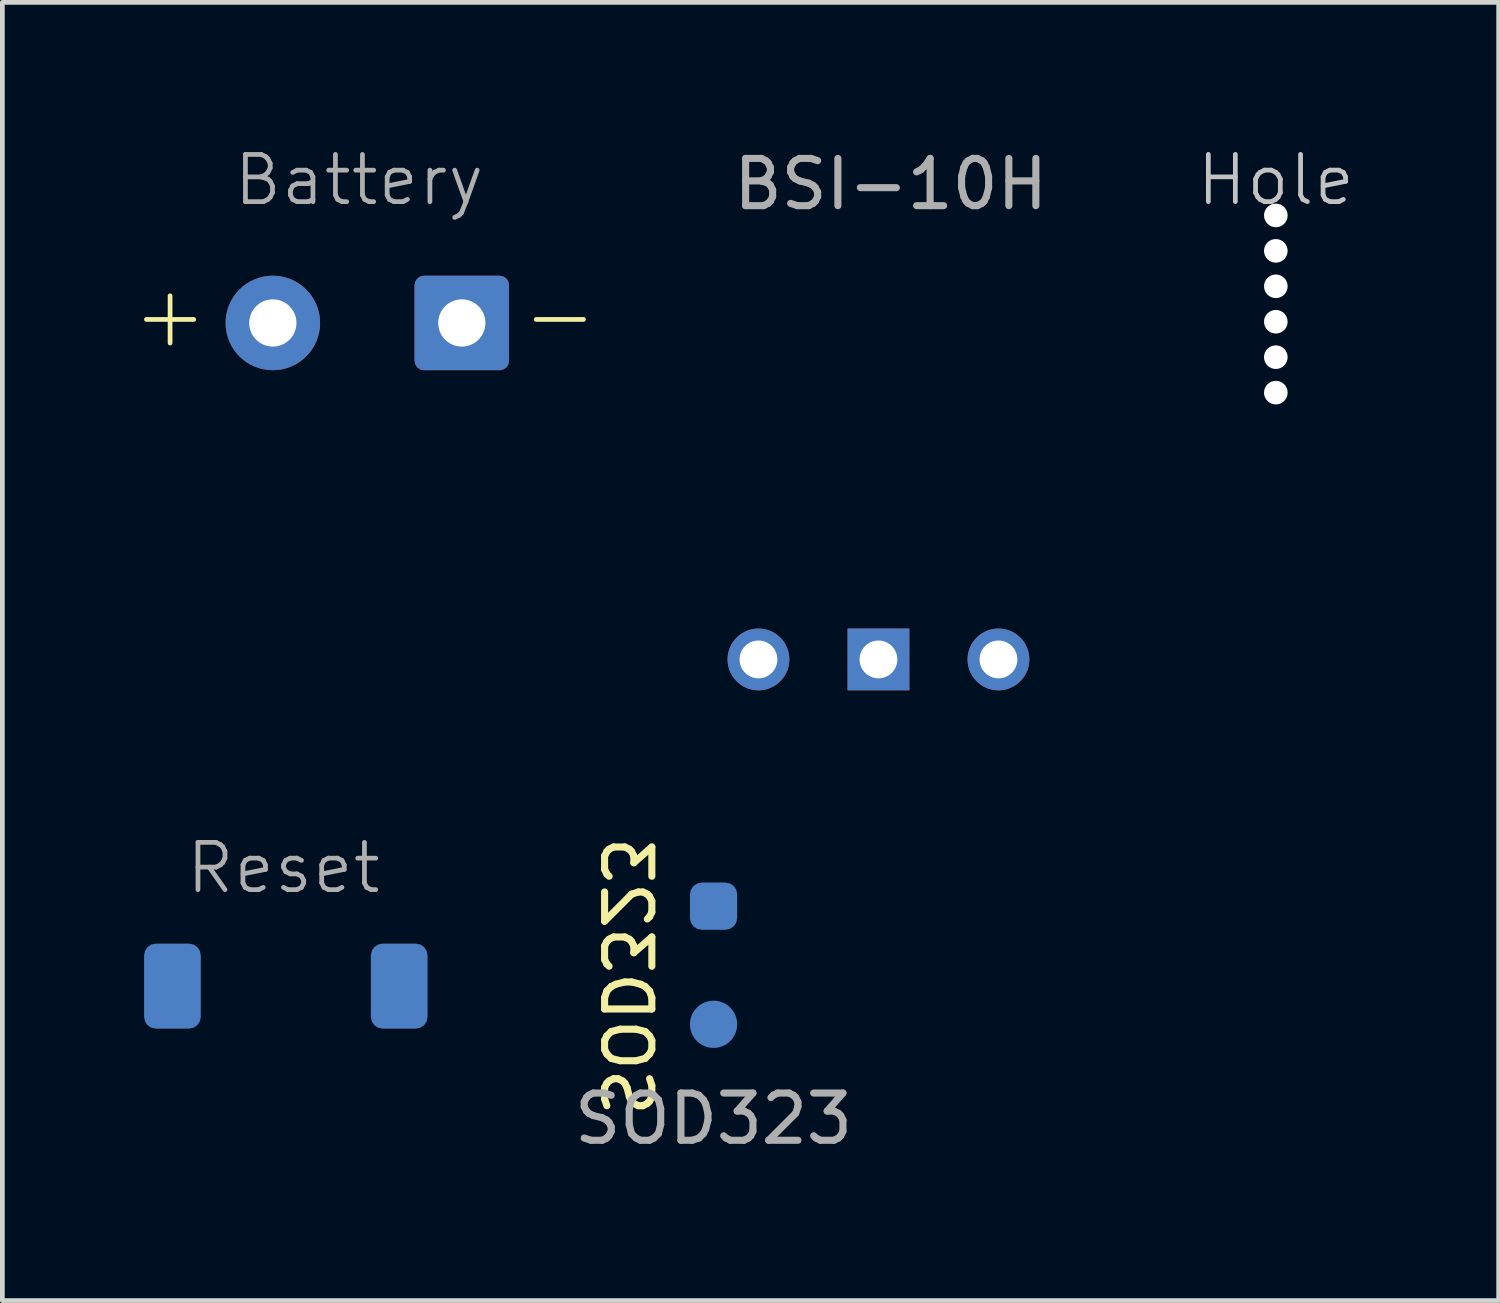
<source format=kicad_pcb>
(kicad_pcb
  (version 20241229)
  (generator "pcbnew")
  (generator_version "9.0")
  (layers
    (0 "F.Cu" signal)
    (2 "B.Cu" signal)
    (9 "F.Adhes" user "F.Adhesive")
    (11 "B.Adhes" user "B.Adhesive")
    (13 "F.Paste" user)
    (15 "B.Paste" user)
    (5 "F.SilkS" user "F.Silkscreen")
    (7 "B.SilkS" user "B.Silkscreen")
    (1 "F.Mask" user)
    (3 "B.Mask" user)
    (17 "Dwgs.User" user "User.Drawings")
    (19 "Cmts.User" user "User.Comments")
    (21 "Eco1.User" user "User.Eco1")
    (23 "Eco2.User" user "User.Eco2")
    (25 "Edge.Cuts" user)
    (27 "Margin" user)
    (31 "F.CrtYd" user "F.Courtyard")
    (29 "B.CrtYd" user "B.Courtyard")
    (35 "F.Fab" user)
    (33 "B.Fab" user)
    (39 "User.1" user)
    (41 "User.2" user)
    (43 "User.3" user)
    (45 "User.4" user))
  (footprint "Battery"
    (layer "F.Cu")
    (at 4.55 3.711)
    (property "Reference" "Battery" (at 0 -2.95 0) (unlocked yes) (layer "F.Fab") (effects (font (size 1 1) (thickness 0.1))))
    (attr smd)
    (fp_line (start -4.5 0) (end -3.5 0) (stroke (width 0.1) (type default)) (layer "F.SilkS"))
    (fp_line (start -4 0.5) (end -4 -0.5) (stroke (width 0.1) (type default)) (layer "F.SilkS"))
    (fp_line (start 3.75 0) (end 4.75 0) (stroke (width 0.1) (type default)) (layer "F.SilkS"))
    (pad "1" thru_hole circle (at -1.825 0.075) (size 2 2) (drill 1) (layers "*.Cu" "*.Mask"))
    (pad "2" thru_hole roundrect (at 2.175 0.075 90) (size 2 2) (drill 1) (layers "*.Cu" "*.Mask") (roundrect_rratio 0.1)))
  (footprint "BSI-10H"
    (layer "F.Cu")
    (at 15.544 7.608)
    (property "Reference" "BSI-10H" (at 0.26 -6.76 0) (unlocked yes) (layer "F.Fab") (effects (font (size 1 1) (thickness 0.15))))
    (attr smd)
    (pad "1" thru_hole rect (at 0 3.3) (size 1.308 1.308) (drill 0.8) (layers "*.Cu" "*.Mask"))
    (pad "2" thru_hole circle (at -2.54 3.3) (size 1.308 1.308) (drill 0.8) (layers "*.Cu" "*.Mask"))
    (pad "3" thru_hole circle (at 2.54 3.3) (size 1.308 1.308) (drill 0.8) (layers "*.Cu" "*.Mask")))
  (footprint "Reset"
    (layer "F.Cu")
    (at 2.95 17.823)
    (property "Reference" "Reset" (at 0 -2.5 0) (unlocked yes) (layer "F.Fab") (effects (font (size 1 1) (thickness 0.1))))
    (attr smd)
    (fp_line (start -1.9 1.5) (end -1.9 -1.5) (stroke (width 0.12) (type solid)) (layer "Eco1.User"))
    (fp_line (start 2 -1.5) (end -1.9 -1.5) (stroke (width 0.12) (type solid)) (layer "Eco1.User"))
    (fp_line (start 2 1.5) (end -1.9 1.5) (stroke (width 0.12) (type solid)) (layer "Eco1.User"))
    (fp_line (start 2 1.5) (end 2 -1.5) (stroke (width 0.12) (type solid)) (layer "Eco1.User"))
    (pad "1" smd roundrect (at -2.35 0) (size 1.2 1.8) (layers "B.Cu" "B.Mask" "B.Paste") (roundrect_rratio 0.208))
    (pad "2" smd roundrect (at 2.45 0) (size 1.2 1.8) (layers "B.Cu" "B.Mask" "B.Paste") (roundrect_rratio 0.208)))
  (footprint "Hole"
    (layer "F.Cu")
    (at 23.955 3.26)
    (property "Reference" "Hole" (at 0 -2.5 0) (unlocked yes) (layer "Dwgs.User") (effects (font (size 1 1) (thickness 0.1))))
    (attr smd)
    (pad "" np_thru_hole circle (at 0 -1.75 180) (size 0.5 0.5) (drill 0.5) (layers "*.Cu" "*.Mask"))
    (pad "" np_thru_hole circle (at 0 -1 180) (size 0.5 0.5) (drill 0.5) (layers "*.Cu" "*.Mask"))
    (pad "" np_thru_hole circle (at 0 -0.25 180) (size 0.5 0.5) (drill 0.5) (layers "*.Cu" "*.Mask"))
    (pad "" np_thru_hole circle (at 0 0.5 180) (size 0.5 0.5) (drill 0.5) (layers "*.Cu" "*.Mask"))
    (pad "" np_thru_hole circle (at 0 1.25 180) (size 0.5 0.5) (drill 0.5) (layers "*.Cu" "*.Mask"))
    (pad "" np_thru_hole circle (at 0 2 180) (size 0.5 0.5) (drill 0.5) (layers "*.Cu" "*.Mask")))
  (footprint "SOD323"
    (layer "F.Cu")
    (at 12.054 17.381)
    (property "Reference" "SOD323" (at -1.852 0.235 270) (unlocked yes) (layer "F.SilkS") (effects (font (size 1 1) (thickness 0.15)) (justify mirror)))
    (attr smd)
    (fp_text user "${REFERENCE}" (at 0 3.25 0) (layer "F.Fab") (effects (font (size 1 1) (thickness 0.15))))
    (pad "1" smd roundrect (at 0 -1.25 270) (size 1 1) (layers "B.Cu" "B.Mask" "B.Paste") (roundrect_rratio 0.25))
    (pad "2" smd circle (at 0 1.25 270) (size 1 1) (layers "B.Cu" "B.Mask" "B.Paste")))
  (gr_rect
    (start -3 -3)
    (end 28.672 24.479)
    (stroke (width 0.1) (type default))
    (fill no)
    (layer "Edge.Cuts")))
</source>
